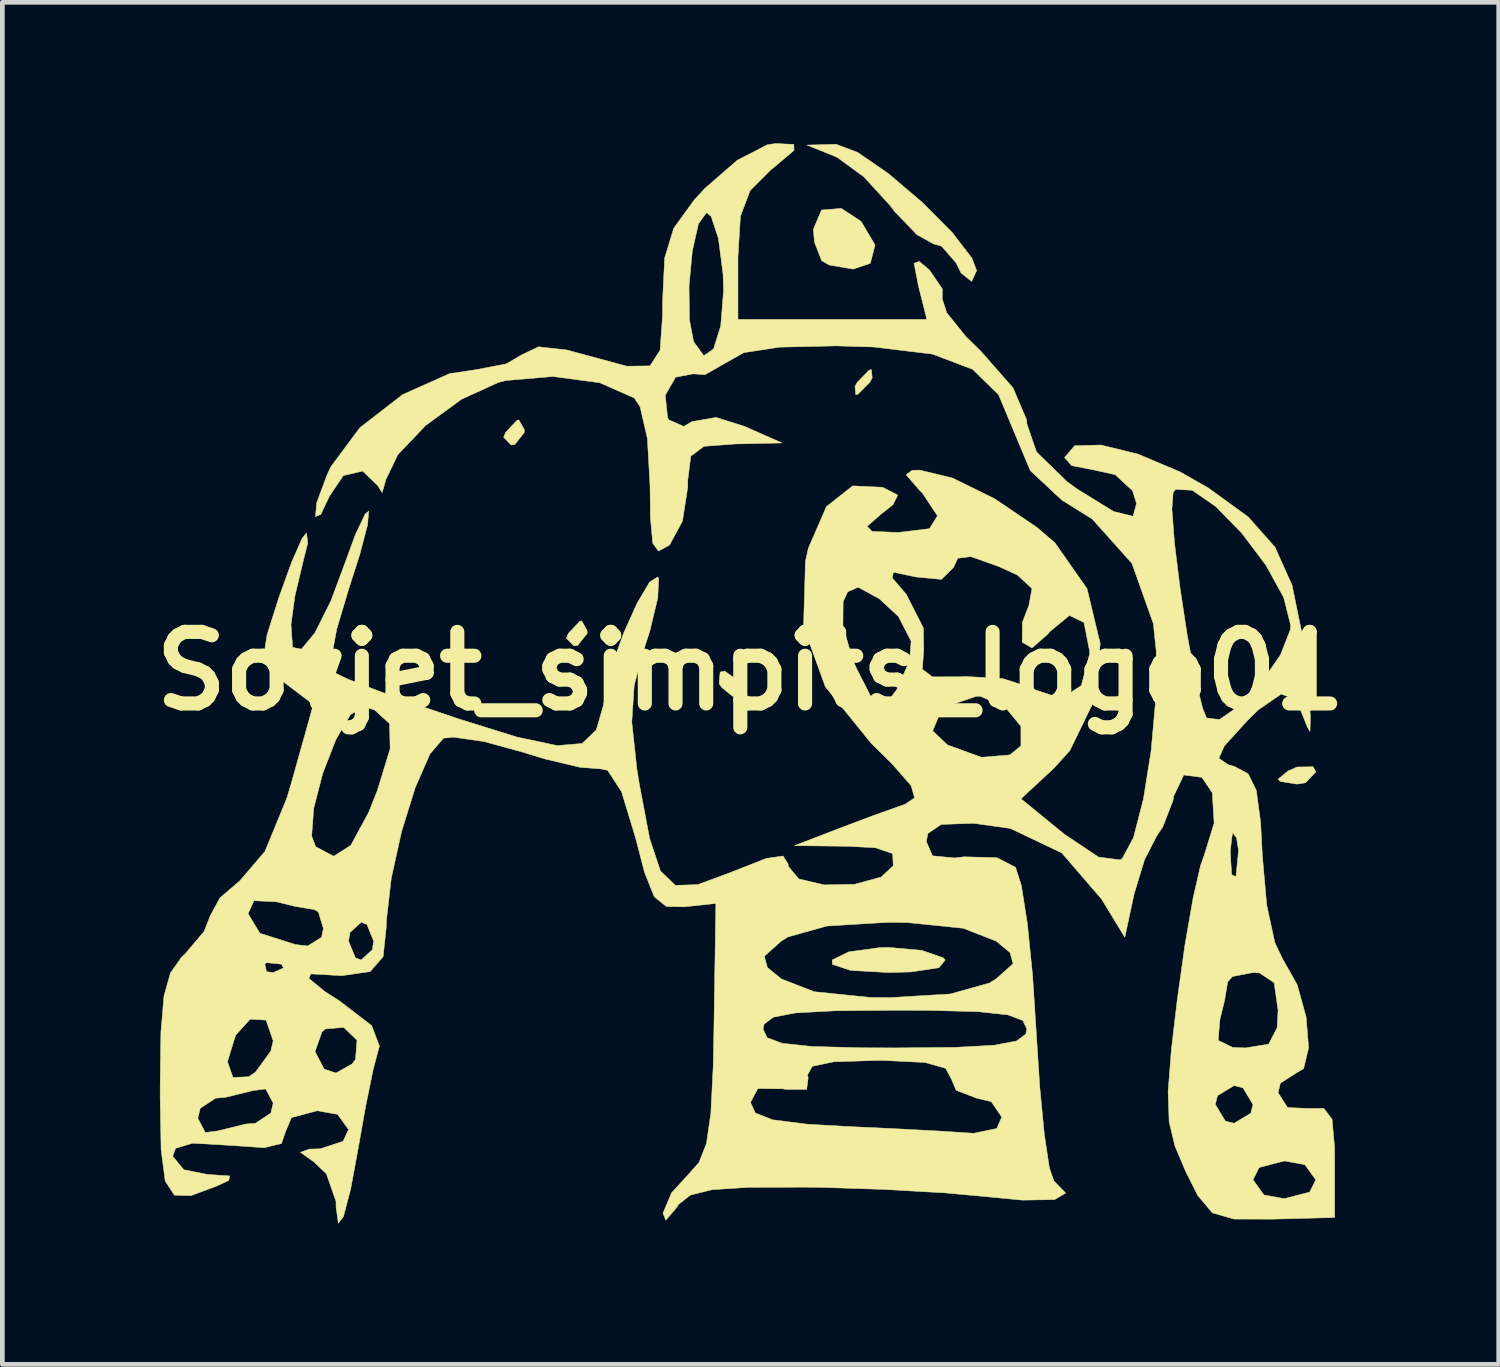
<source format=kicad_pcb>
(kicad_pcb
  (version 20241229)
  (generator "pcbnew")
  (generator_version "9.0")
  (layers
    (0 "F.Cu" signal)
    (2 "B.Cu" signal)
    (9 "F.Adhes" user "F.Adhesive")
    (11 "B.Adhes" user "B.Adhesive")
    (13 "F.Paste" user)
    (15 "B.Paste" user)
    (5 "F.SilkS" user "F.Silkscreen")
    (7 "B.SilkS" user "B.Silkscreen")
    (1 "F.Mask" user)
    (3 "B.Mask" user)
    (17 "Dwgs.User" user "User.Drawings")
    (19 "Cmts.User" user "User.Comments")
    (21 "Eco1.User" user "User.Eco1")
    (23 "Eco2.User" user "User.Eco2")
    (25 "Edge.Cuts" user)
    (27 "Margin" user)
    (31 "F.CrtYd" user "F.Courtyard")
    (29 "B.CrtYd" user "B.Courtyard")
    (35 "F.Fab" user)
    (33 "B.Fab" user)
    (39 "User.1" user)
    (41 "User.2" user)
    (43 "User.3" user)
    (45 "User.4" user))
  (footprint "Sovjet_simpits_logo01"
    (layer "F.Cu")
    (at 12.925 11.234)
    (property "Reference" "Sovjet_simpits_logo01" (at 0 0 0) (layer "F.SilkS") (effects (font (size 1.524 1.524) (thickness 0.3))))
    (attr through_hole)
    (fp_poly (pts (xy -4.816 -5.141) (xy -4.813 -5.08) (xy -5.018 -4.823) (xy -5.096 -4.813) (xy -5.255 -4.976) (xy -5.214 -5.08) (xy -4.973 -5.335) (xy -4.931 -5.347) (xy -4.816 -5.141)) (stroke (width 0.01) (type solid)) (fill yes) (layer "F.SilkS"))
    (fp_poly (pts (xy -3.479 -0.863) (xy -3.476 -0.802) (xy -3.681 -0.545) (xy -3.759 -0.535) (xy -3.919 -0.699) (xy -3.877 -0.802) (xy -3.637 -1.057) (xy -3.594 -1.069) (xy -3.479 -0.863)) (stroke (width 0.01) (type solid)) (fill yes) (layer "F.SilkS"))
    (fp_poly (pts (xy -0.278 0.194) (xy -0.267 0.267) (xy -0.359 0.528) (xy -0.385 0.535) (xy -0.614 0.347) (xy -0.668 0.267) (xy -0.647 0.021) (xy -0.551 0) (xy -0.278 0.194)) (stroke (width 0.01) (type solid)) (fill yes) (layer "F.SilkS"))
    (fp_poly (pts (xy 2.59 -6.244) (xy 2.54 -6.149) (xy 2.288 -5.894) (xy 2.241 -5.882) (xy 2.223 -6.055) (xy 2.273 -6.149) (xy 2.525 -6.405) (xy 2.572 -6.417) (xy 2.59 -6.244)) (stroke (width 0.01) (type solid)) (fill yes) (layer "F.SilkS"))
    (fp_poly (pts (xy 12.032 2.147) (xy 11.815 2.377) (xy 11.631 2.406) (xy 11.274 2.349) (xy 11.229 2.301) (xy 11.439 2.129) (xy 11.631 2.042) (xy 11.975 2.037) (xy 12.032 2.147)) (stroke (width 0.01) (type solid)) (fill yes) (layer "F.SilkS"))
    (fp_poly (pts (xy 2.353 -9.572) (xy 2.651 -9.069) (xy 2.55 -8.679) (xy 2.184 -8.556) (xy 1.675 -8.643) (xy 1.515 -8.734) (xy 1.362 -9.127) (xy 1.337 -9.402) (xy 1.512 -9.814) (xy 1.933 -9.848) (xy 2.353 -9.572)) (stroke (width 0.01) (type solid)) (fill yes) (layer "F.SilkS"))
    (fp_poly (pts (xy 3.648 5.945) (xy 4.098 6.102) (xy 4.144 6.149) (xy 4.011 6.314) (xy 3.414 6.404) (xy 2.941 6.417) (xy 2.129 6.371) (xy 1.745 6.243) (xy 1.738 6.149) (xy 2.089 5.977) (xy 2.752 5.886) (xy 2.941 5.882) (xy 3.648 5.945)) (stroke (width 0.01) (type solid)) (fill yes) (layer "F.SilkS"))
    (fp_poly (pts (xy 2.281 -11.04) (xy 2.936 -10.588) (xy 3.651 -9.98) (xy 4.29 -9.338) (xy 4.715 -8.786) (xy 4.813 -8.522) (xy 4.705 -8.294) (xy 4.481 -8.474) (xy 4.375 -8.689) (xy 4.066 -9.044) (xy 3.899 -9.091) (xy 3.543 -9.288) (xy 3.073 -9.777) (xy 2.972 -9.909) (xy 2.414 -10.519) (xy 1.847 -10.933) (xy 1.785 -10.961) (xy 1.203 -11.196) (xy 1.823 -11.213) (xy 2.281 -11.04)) (stroke (width 0.01) (type solid)) (fill yes) (layer "F.SilkS"))
    (fp_poly (pts (xy 0.922 -11.21) (xy 0.925 -11.083) (xy 0.526 -10.746) (xy 0.437 -10.675) (xy -0.006 -10.232) (xy -0.215 -9.684) (xy -0.267 -8.821) (xy -0.267 -8.804) (xy -0.267 -7.486) (xy 3.753 -7.486) (xy 3.573 -8.204) (xy 3.48 -8.681) (xy 3.594 -8.718) (xy 3.807 -8.538) (xy 4.083 -8.135) (xy 4.08 -7.922) (xy 4.178 -7.624) (xy 4.582 -7.123) (xy 4.911 -6.799) (xy 5.587 -6.029) (xy 5.877 -5.348) (xy 5.882 -5.264) (xy 6.087 -4.664) (xy 6.739 -4.03) (xy 6.956 -3.873) (xy 7.73 -3.396) (xy 8.144 -3.295) (xy 8.184 -3.448) (xy 8.969 -3.448) (xy 9.025 -2.719) (xy 9.141 -1.777) (xy 9.294 -0.775) (xy 9.462 0.13) (xy 9.62 0.784) (xy 9.706 0.998) (xy 9.98 1.032) (xy 10.411 0.734) (xy 10.883 0.232) (xy 11.281 -0.347) (xy 11.488 -0.875) (xy 11.497 -0.976) (xy 11.35 -1.564) (xy 10.972 -2.252) (xy 10.458 -2.934) (xy 9.904 -3.502) (xy 9.403 -3.849) (xy 9.05 -3.867) (xy 8.996 -3.807) (xy 8.969 -3.448) (xy 8.184 -3.448) (xy 8.215 -3.569) (xy 8.132 -3.839) (xy 7.762 -4.18) (xy 7.324 -4.278) (xy 6.835 -4.373) (xy 6.684 -4.545) (xy 6.898 -4.796) (xy 7.459 -4.812) (xy 8.249 -4.618) (xy 9.148 -4.238) (xy 9.744 -3.898) (xy 10.592 -3.283) (xy 11.163 -2.639) (xy 11.527 -1.828) (xy 11.755 -0.712) (xy 11.865 0.267) (xy 11.916 0.963) (xy 11.909 1.285) (xy 11.858 1.203) (xy 11.619 0.611) (xy 11.295 0.489) (xy 10.803 0.829) (xy 10.554 1.077) (xy 10.086 1.593) (xy 9.968 1.857) (xy 10.166 1.992) (xy 10.301 2.031) (xy 10.593 2.186) (xy 10.765 2.538) (xy 10.857 3.214) (xy 10.895 3.938) (xy 10.987 4.979) (xy 11.16 5.78) (xy 11.326 6.128) (xy 11.635 6.674) (xy 11.826 7.363) (xy 11.879 8.018) (xy 11.773 8.463) (xy 11.614 8.556) (xy 11.278 8.771) (xy 11.229 8.974) (xy 11.432 9.291) (xy 11.831 9.308) (xy 12.202 9.309) (xy 12.378 9.537) (xy 12.43 10.123) (xy 12.433 10.427) (xy 12.433 11.631) (xy 11.096 11.666) (xy 10.291 11.664) (xy 9.829 11.531) (xy 9.518 11.16) (xy 9.352 10.828) (xy 10.695 10.828) (xy 10.927 11.151) (xy 11.363 11.229) (xy 11.901 11.09) (xy 12.032 10.828) (xy 11.799 10.506) (xy 11.363 10.427) (xy 10.826 10.567) (xy 10.695 10.828) (xy 9.352 10.828) (xy 9.26 10.645) (xy 9.032 10.105) (xy 8.91 9.59) (xy 8.898 9.224) (xy 9.893 9.224) (xy 10.107 9.579) (xy 10.294 9.625) (xy 10.648 9.411) (xy 10.695 9.224) (xy 10.481 8.87) (xy 10.294 8.823) (xy 9.939 9.037) (xy 9.893 9.224) (xy 8.898 9.224) (xy 8.888 8.956) (xy 8.958 8.059) (xy 8.981 7.861) (xy 9.954 7.861) (xy 10.265 8.011) (xy 10.53 8.021) (xy 11.028 7.941) (xy 11.211 7.589) (xy 11.229 7.219) (xy 11.145 6.632) (xy 10.833 6.425) (xy 10.695 6.417) (xy 10.258 6.501) (xy 10.156 6.617) (xy 10.09 7.012) (xy 9.991 7.419) (xy 9.954 7.861) (xy 8.981 7.861) (xy 9.083 6.999) (xy 9.246 5.833) (xy 9.42 4.833) (xy 9.578 4.143) (xy 9.648 3.947) (xy 9.67 3.877) (xy 10.212 3.877) (xy 10.241 4.333) (xy 10.325 4.374) (xy 10.335 4.35) (xy 10.388 3.819) (xy 10.345 3.548) (xy 10.26 3.439) (xy 10.214 3.794) (xy 10.212 3.877) (xy 9.67 3.877) (xy 9.868 3.237) (xy 9.828 2.589) (xy 9.607 2.262) (xy 9.222 2.212) (xy 9.008 2.66) (xy 8.992 2.756) (xy 8.776 3.315) (xy 8.642 3.516) (xy 8.385 4.02) (xy 8.165 4.743) (xy 8.159 4.772) (xy 7.967 5.667) (xy 7.472 4.853) (xy 6.626 3.871) (xy 5.53 3.349) (xy 4.746 3.24) (xy 4.059 3.264) (xy 3.773 3.458) (xy 3.743 3.631) (xy 3.873 3.932) (xy 4.344 3.978) (xy 4.55 3.953) (xy 5.245 3.973) (xy 5.641 4.176) (xy 5.766 4.567) (xy 5.892 5.372) (xy 6.003 6.469) (xy 6.077 7.615) (xy 6.156 8.847) (xy 6.255 9.873) (xy 6.362 10.579) (xy 6.457 10.853) (xy 6.708 11.11) (xy 6.472 11.25) (xy 5.786 11.261) (xy 5.147 11.199) (xy 4.144 11.107) (xy 2.846 11.033) (xy 1.494 10.989) (xy 1.15 10.985) (xy -0.048 10.989) (xy -0.821 11.039) (xy -1.279 11.154) (xy -1.531 11.351) (xy -1.583 11.43) (xy -1.803 11.689) (xy -1.863 11.54) (xy -1.682 11.108) (xy -1.345 10.738) (xy -1.098 10.461) (xy -0.938 10.056) (xy -0.844 9.408) (xy -0.833 9.182) (xy 0 9.182) (xy 0.101 9.405) (xy 0.47 9.551) (xy 1.202 9.644) (xy 2.072 9.694) (xy 3.153 9.745) (xy 4.09 9.795) (xy 4.7 9.835) (xy 4.746 9.839) (xy 5.241 9.737) (xy 5.347 9.492) (xy 5.124 9.165) (xy 4.813 9.091) (xy 4.377 8.923) (xy 4.278 8.689) (xy 4.154 8.456) (xy 3.716 8.331) (xy 2.862 8.289) (xy 2.682 8.288) (xy 1.776 8.316) (xy 1.315 8.412) (xy 1.211 8.599) (xy 1.227 8.655) (xy 1.195 8.905) (xy 0.754 8.904) (xy 0.684 8.892) (xy 0.156 8.885) (xy 0.000011 9.178) (xy 0 9.182) (xy -0.833 9.182) (xy -0.794 8.406) (xy -0.779 7.62) (xy 0.267 7.62) (xy 0.353 7.803) (xy 0.669 7.922) (xy 1.301 7.99) (xy 2.335 8.018) (xy 3.075 8.021) (xy 4.357 8.009) (xy 5.191 7.964) (xy 5.663 7.873) (xy 5.86 7.726) (xy 5.882 7.62) (xy 5.796 7.437) (xy 5.48 7.318) (xy 4.849 7.25) (xy 3.814 7.222) (xy 3.075 7.219) (xy 1.793 7.231) (xy 0.959 7.276) (xy 0.486 7.367) (xy 0.29 7.514) (xy 0.267 7.62) (xy -0.779 7.62) (xy -0.755 6.07) (xy 0.293 6.07) (xy 0.359 6.309) (xy 0.653 6.551) (xy 1.356 6.825) (xy 2.541 6.946) (xy 2.941 6.952) (xy 4.252 6.873) (xy 5.089 6.639) (xy 5.229 6.551) (xy 5.589 6.229) (xy 5.523 5.99) (xy 5.229 5.748) (xy 4.527 5.474) (xy 3.341 5.353) (xy 2.941 5.347) (xy 1.63 5.426) (xy 0.793 5.66) (xy 0.653 5.748) (xy 0.293 6.07) (xy -0.755 6.07) (xy -0.738 4.946) (xy -1.407 5.018) (xy -1.793 5.01) (xy -2.049 4.803) (xy -2.257 4.282) (xy -2.447 3.548) (xy -2.746 2.566) (xy -3.042 2.112) (xy -3.18 2.083) (xy -3.627 2.048) (xy -4.371 1.872) (xy -4.855 1.724) (xy -5.676 1.499) (xy -6.323 1.407) (xy -6.536 1.428) (xy -6.825 1.767) (xy -7.137 2.481) (xy -7.427 3.414) (xy -7.647 4.41) (xy -7.751 5.316) (xy -7.754 5.455) (xy -7.82 6.078) (xy -8.095 6.396) (xy -8.697 6.483) (xy -9.358 6.446) (xy -9.401 6.541) (xy -9.058 6.823) (xy -8.757 7.015) (xy -8.064 7.546) (xy -7.898 7.984) (xy -7.91 8.021) (xy -8.035 8.491) (xy -8.198 9.294) (xy -8.326 10.02) (xy -8.51 11.02) (xy -8.664 11.609) (xy -8.773 11.751) (xy -8.822 11.408) (xy -8.823 11.287) (xy -9.027 10.702) (xy -9.291 10.449) (xy -9.581 10.243) (xy -9.392 10.175) (xy -9.157 10.168) (xy -8.672 10.009) (xy -8.556 9.759) (xy -8.788 9.436) (xy -9.224 9.358) (xy -9.772 9.505) (xy -9.893 9.794) (xy -9.986 10.057) (xy -10.35 10.145) (xy -11.096 10.094) (xy -11.875 10.049) (xy -12.238 10.158) (xy -12.299 10.327) (xy -12.062 10.614) (xy -11.564 10.714) (xy -11.088 10.746) (xy -11.105 10.841) (xy -11.363 10.962) (xy -11.912 11.166) (xy -12.263 11.155) (xy -12.459 10.853) (xy -12.546 10.183) (xy -12.558 9.52) (xy -11.764 9.52) (xy -11.605 9.822) (xy -11.341 9.788) (xy -10.739 9.641) (xy -10.539 9.625) (xy -10.21 9.409) (xy -10.16 9.196) (xy -10.319 8.894) (xy -10.583 8.928) (xy -11.185 9.075) (xy -11.385 9.091) (xy -11.714 9.307) (xy -11.764 9.52) (xy -12.558 9.52) (xy -12.566 9.066) (xy -12.566 8.865) (xy -12.559 8.315) (xy -11.134 8.315) (xy -11.016 8.651) (xy -10.678 8.634) (xy -10.537 8.536) (xy -10.217 8.099) (xy -9.27 8.099) (xy -9.075 8.471) (xy -8.823 8.556) (xy -8.48 8.361) (xy -8.408 8.265) (xy -8.376 7.857) (xy -8.659 7.584) (xy -9.047 7.617) (xy -9.121 7.677) (xy -9.27 8.099) (xy -10.217 8.099) (xy -10.211 8.09) (xy -10.16 7.87) (xy -10.312 7.43) (xy -10.65 7.409) (xy -10.961 7.752) (xy -11.134 8.315) (xy -12.559 8.315) (xy -12.55 7.685) (xy -12.484 6.913) (xy -12.346 6.424) (xy -12.215 6.239) (xy -10.338 6.239) (xy -10.302 6.398) (xy -10.16 6.417) (xy -9.94 6.319) (xy -9.982 6.239) (xy -10.299 6.207) (xy -10.338 6.239) (xy -12.215 6.239) (xy -12.112 6.092) (xy -12.032 6.016) (xy -11.63 5.541) (xy -11.497 5.203) (xy -11.475 5.163) (xy -10.695 5.163) (xy -10.443 5.581) (xy -9.689 5.82) (xy -9.425 5.851) (xy -9.261 5.748) (xy -8.556 5.748) (xy -8.411 6.104) (xy -8.288 6.149) (xy -8.051 5.933) (xy -8.021 5.748) (xy -8.165 5.393) (xy -8.288 5.347) (xy -8.526 5.564) (xy -8.556 5.748) (xy -9.261 5.748) (xy -9.13 5.666) (xy -9.091 5.481) (xy -9.199 5.123) (xy -9.291 5.076) (xy -9.685 5.01) (xy -10.093 4.911) (xy -10.57 4.888) (xy -10.695 5.163) (xy -11.475 5.163) (xy -11.294 4.828) (xy -10.869 4.463) (xy -10.336 3.839) (xy -10.2 3.509) (xy -9.341 3.509) (xy -9.257 3.737) (xy -8.872 3.941) (xy -8.509 3.71) (xy -8.126 3.004) (xy -7.943 2.542) (xy -7.671 1.653) (xy -7.683 1.118) (xy -7.999 0.83) (xy -8.231 0.754) (xy -8.515 0.927) (xy -8.826 1.459) (xy -9.106 2.179) (xy -9.297 2.919) (xy -9.341 3.509) (xy -10.2 3.509) (xy -9.868 2.701) (xy -9.773 2.381) (xy -9.305 0.711) (xy -9.901 0.261) (xy -10.236 -0.02) (xy -10.362 -0.307) (xy -10.292 -0.767) (xy -10.039 -1.565) (xy -9.765 -2.325) (xy -9.543 -2.825) (xy -9.452 -2.941) (xy -9.424 -2.727) (xy -9.522 -2.339) (xy -9.699 -1.595) (xy -9.781 -0.991) (xy -9.747 -0.506) (xy -9.561 -0.464) (xy -9.273 -0.812) (xy -8.931 -1.496) (xy -8.677 -2.177) (xy -8.412 -2.9) (xy -8.205 -3.338) (xy -8.127 -3.403) (xy -8.151 -3.115) (xy -8.32 -2.472) (xy -8.558 -1.731) (xy -8.81 -0.885) (xy -8.926 -0.248) (xy -8.893 0.016) (xy -8.565 0.174) (xy -7.85 0.449) (xy -6.869 0.796) (xy -6.23 1.012) (xy -4.969 1.405) (xy -4.116 1.586) (xy -3.584 1.541) (xy -3.283 1.254) (xy -3.126 0.711) (xy -3.093 0.488) (xy -2.949 -0.117) (xy -2.7 -0.81) (xy -2.411 -1.45) (xy -2.147 -1.896) (xy -1.974 -2.004) (xy -1.956 -1.973) (xy -1.974 -1.557) (xy -2.143 -0.854) (xy -2.256 -0.503) (xy -2.476 0.299) (xy -2.527 1.086) (xy -2.418 2.093) (xy -2.367 2.406) (xy -2.148 3.562) (xy -1.917 4.256) (xy -1.6 4.561) (xy -1.121 4.545) (xy -0.407 4.28) (xy -0.383 4.27) (xy 0.337 3.987) (xy 0.694 3.937) (xy 0.801 4.108) (xy 0.802 4.154) (xy 1.026 4.423) (xy 1.565 4.551) (xy 2.216 4.538) (xy 2.779 4.385) (xy 3.038 4.144) (xy 3.025 3.884) (xy 2.658 3.76) (xy 2.064 3.729) (xy 0.936 3.716) (xy 1.872 3.355) (xy 2.628 3.07) (xy 3.236 2.854) (xy 3.285 2.838) (xy 3.493 2.699) (xy 3.418 2.439) (xy 3.013 1.974) (xy 2.573 1.542) (xy 2.356 1.274) (xy 3.876 1.274) (xy 4.196 1.574) (xy 4.917 1.835) (xy 5.522 1.784) (xy 5.756 1.592) (xy 5.755 1.173) (xy 5.414 0.76) (xy 4.9 0.54) (xy 4.813 0.535) (xy 4.244 0.728) (xy 4.028 0.914) (xy 3.876 1.274) (xy 2.356 1.274) (xy 1.591 0.33) (xy 1.129 -0.948) (xy 1.129 -0.955) (xy 1.967 -0.955) (xy 2.178 -0.232) (xy 2.26 -0.048) (xy 2.568 0.554) (xy 2.776 0.73) (xy 3.001 0.543) (xy 3.11 0.398) (xy 3.386 -0.219) (xy 3.419 -0.636) (xy 3.148 -1.162) (xy 2.744 -1.537) (xy 2.292 -1.785) (xy 2.068 -1.688) (xy 1.971 -1.477) (xy 1.967 -0.955) (xy 1.129 -0.955) (xy 1.159 -1.982) (xy 3.016 -1.982) (xy 3.315 -1.634) (xy 3.679 -0.918) (xy 3.687 -0.451) (xy 3.657 -0.039) (xy 3.872 0.123) (xy 4.466 0.122) (xy 4.568 0.115) (xy 5.367 0.159) (xy 6.002 0.363) (xy 6.06 0.4) (xy 6.622 0.584) (xy 7.042 0.306) (xy 7.218 -0.364) (xy 7.219 -0.418) (xy 7.098 -1.034) (xy 6.787 -1.184) (xy 6.364 -0.835) (xy 6.33 -0.788) (xy 5.991 -0.492) (xy 5.784 -0.613) (xy 5.786 -1.035) (xy 5.926 -1.4) (xy 5.991 -1.758) (xy 5.679 -2.045) (xy 5.288 -2.225) (xy 4.689 -2.437) (xy 4.411 -2.402) (xy 4.321 -2.206) (xy 4.065 -1.952) (xy 3.526 -2.002) (xy 3.042 -2.104) (xy 3.016 -1.982) (xy 1.159 -1.982) (xy 1.169 -2.339) (xy 1.233 -2.621) (xy 1.616 -3.501) (xy 2.175 -3.942) (xy 2.812 -3.912) (xy 3.134 -3.746) (xy 3.031 -3.541) (xy 2.782 -3.343) (xy 2.481 -3.081) (xy 2.585 -2.974) (xy 3.142 -2.95) (xy 3.809 -3.031) (xy 3.979 -3.304) (xy 3.661 -3.786) (xy 3.59 -3.858) (xy 3.313 -4.178) (xy 3.438 -4.273) (xy 3.604 -4.278) (xy 4.303 -4.108) (xy 5.197 -3.668) (xy 6.097 -3.058) (xy 6.48 -2.73) (xy 7.163 -1.754) (xy 7.443 -0.586) (xy 7.32 0.616) (xy 6.797 1.692) (xy 6.457 2.068) (xy 5.756 2.718) (xy 6.686 3.477) (xy 7.41 3.96) (xy 7.869 4.018) (xy 7.913 3.989) (xy 8.151 3.546) (xy 8.363 2.725) (xy 8.528 1.686) (xy 8.626 0.584) (xy 8.636 -0.421) (xy 8.574 -1.01) (xy 8.119 -2.292) (xy 7.273 -3.237) (xy 6.628 -3.639) (xy 5.955 -4.267) (xy 5.615 -5.08) (xy 5.281 -5.881) (xy 4.729 -6.422) (xy 3.873 -6.747) (xy 2.625 -6.898) (xy 1.829 -6.922) (xy 0.617 -6.895) (xy -0.143 -6.778) (xy -0.525 -6.562) (xy -0.971 -6.308) (xy -1.22 -6.327) (xy -1.595 -6.255) (xy -1.815 -5.871) (xy -1.765 -5.395) (xy -1.738 -5.347) (xy -1.422 -5.208) (xy -1.246 -5.31) (xy -0.731 -5.399) (xy -0.134 -5.211) (xy 0.668 -4.856) (xy -0.334 -4.834) (xy -0.991 -4.784) (xy -1.272 -4.574) (xy -1.336 -4.059) (xy -1.337 -3.91) (xy -1.449 -3.191) (xy -1.721 -2.688) (xy -1.738 -2.674) (xy -1.96 -2.554) (xy -2.081 -2.722) (xy -2.131 -3.269) (xy -2.139 -3.945) (xy -2.195 -4.949) (xy -2.35 -5.623) (xy -2.473 -5.812) (xy -3.209 -6.137) (xy -4.204 -6.27) (xy -5.206 -6.185) (xy -5.369 -6.143) (xy -6.151 -5.786) (xy -6.915 -5.228) (xy -7.507 -4.606) (xy -7.773 -4.054) (xy -7.775 -4.027) (xy -7.841 -3.798) (xy -7.931 -3.944) (xy -8.255 -4.257) (xy -8.668 -4.16) (xy -8.963 -3.723) (xy -9.147 -3.335) (xy -9.26 -3.289) (xy -9.234 -3.582) (xy -9.019 -4.162) (xy -8.933 -4.349) (xy -8.316 -5.179) (xy -7.407 -5.884) (xy -6.409 -6.33) (xy -5.832 -6.417) (xy -5.199 -6.539) (xy -4.875 -6.729) (xy -4.513 -6.902) (xy -3.905 -6.834) (xy -3.52 -6.729) (xy -2.634 -6.49) (xy -2.14 -6.496) (xy -1.925 -6.828) (xy -1.873 -7.566) (xy -1.872 -7.868) (xy -1.856 -8.194) (xy -1.309 -8.194) (xy -1.3 -7.474) (xy -1.211 -7.01) (xy -0.993 -6.712) (xy -0.787 -6.856) (xy -0.634 -7.348) (xy -0.574 -8.095) (xy -0.585 -8.452) (xy -0.682 -9.205) (xy -0.838 -9.677) (xy -0.936 -9.759) (xy -1.108 -9.523) (xy -1.239 -8.939) (xy -1.309 -8.194) (xy -1.856 -8.194) (xy -1.828 -8.789) (xy -1.635 -9.425) (xy -1.201 -10.024) (xy -0.971 -10.275) (xy -0.281 -10.874) (xy 0.354 -11.201) (xy 0.536 -11.229) (xy 0.922 -11.21)) (stroke (width 0.01) (type solid)) (fill yes) (layer "F.SilkS")))
  (gr_rect
    (start -3 -3)
    (end 28.85 25.991)
    (stroke (width 0.1) (type default))
    (fill no)
    (layer "Edge.Cuts")))
</source>
